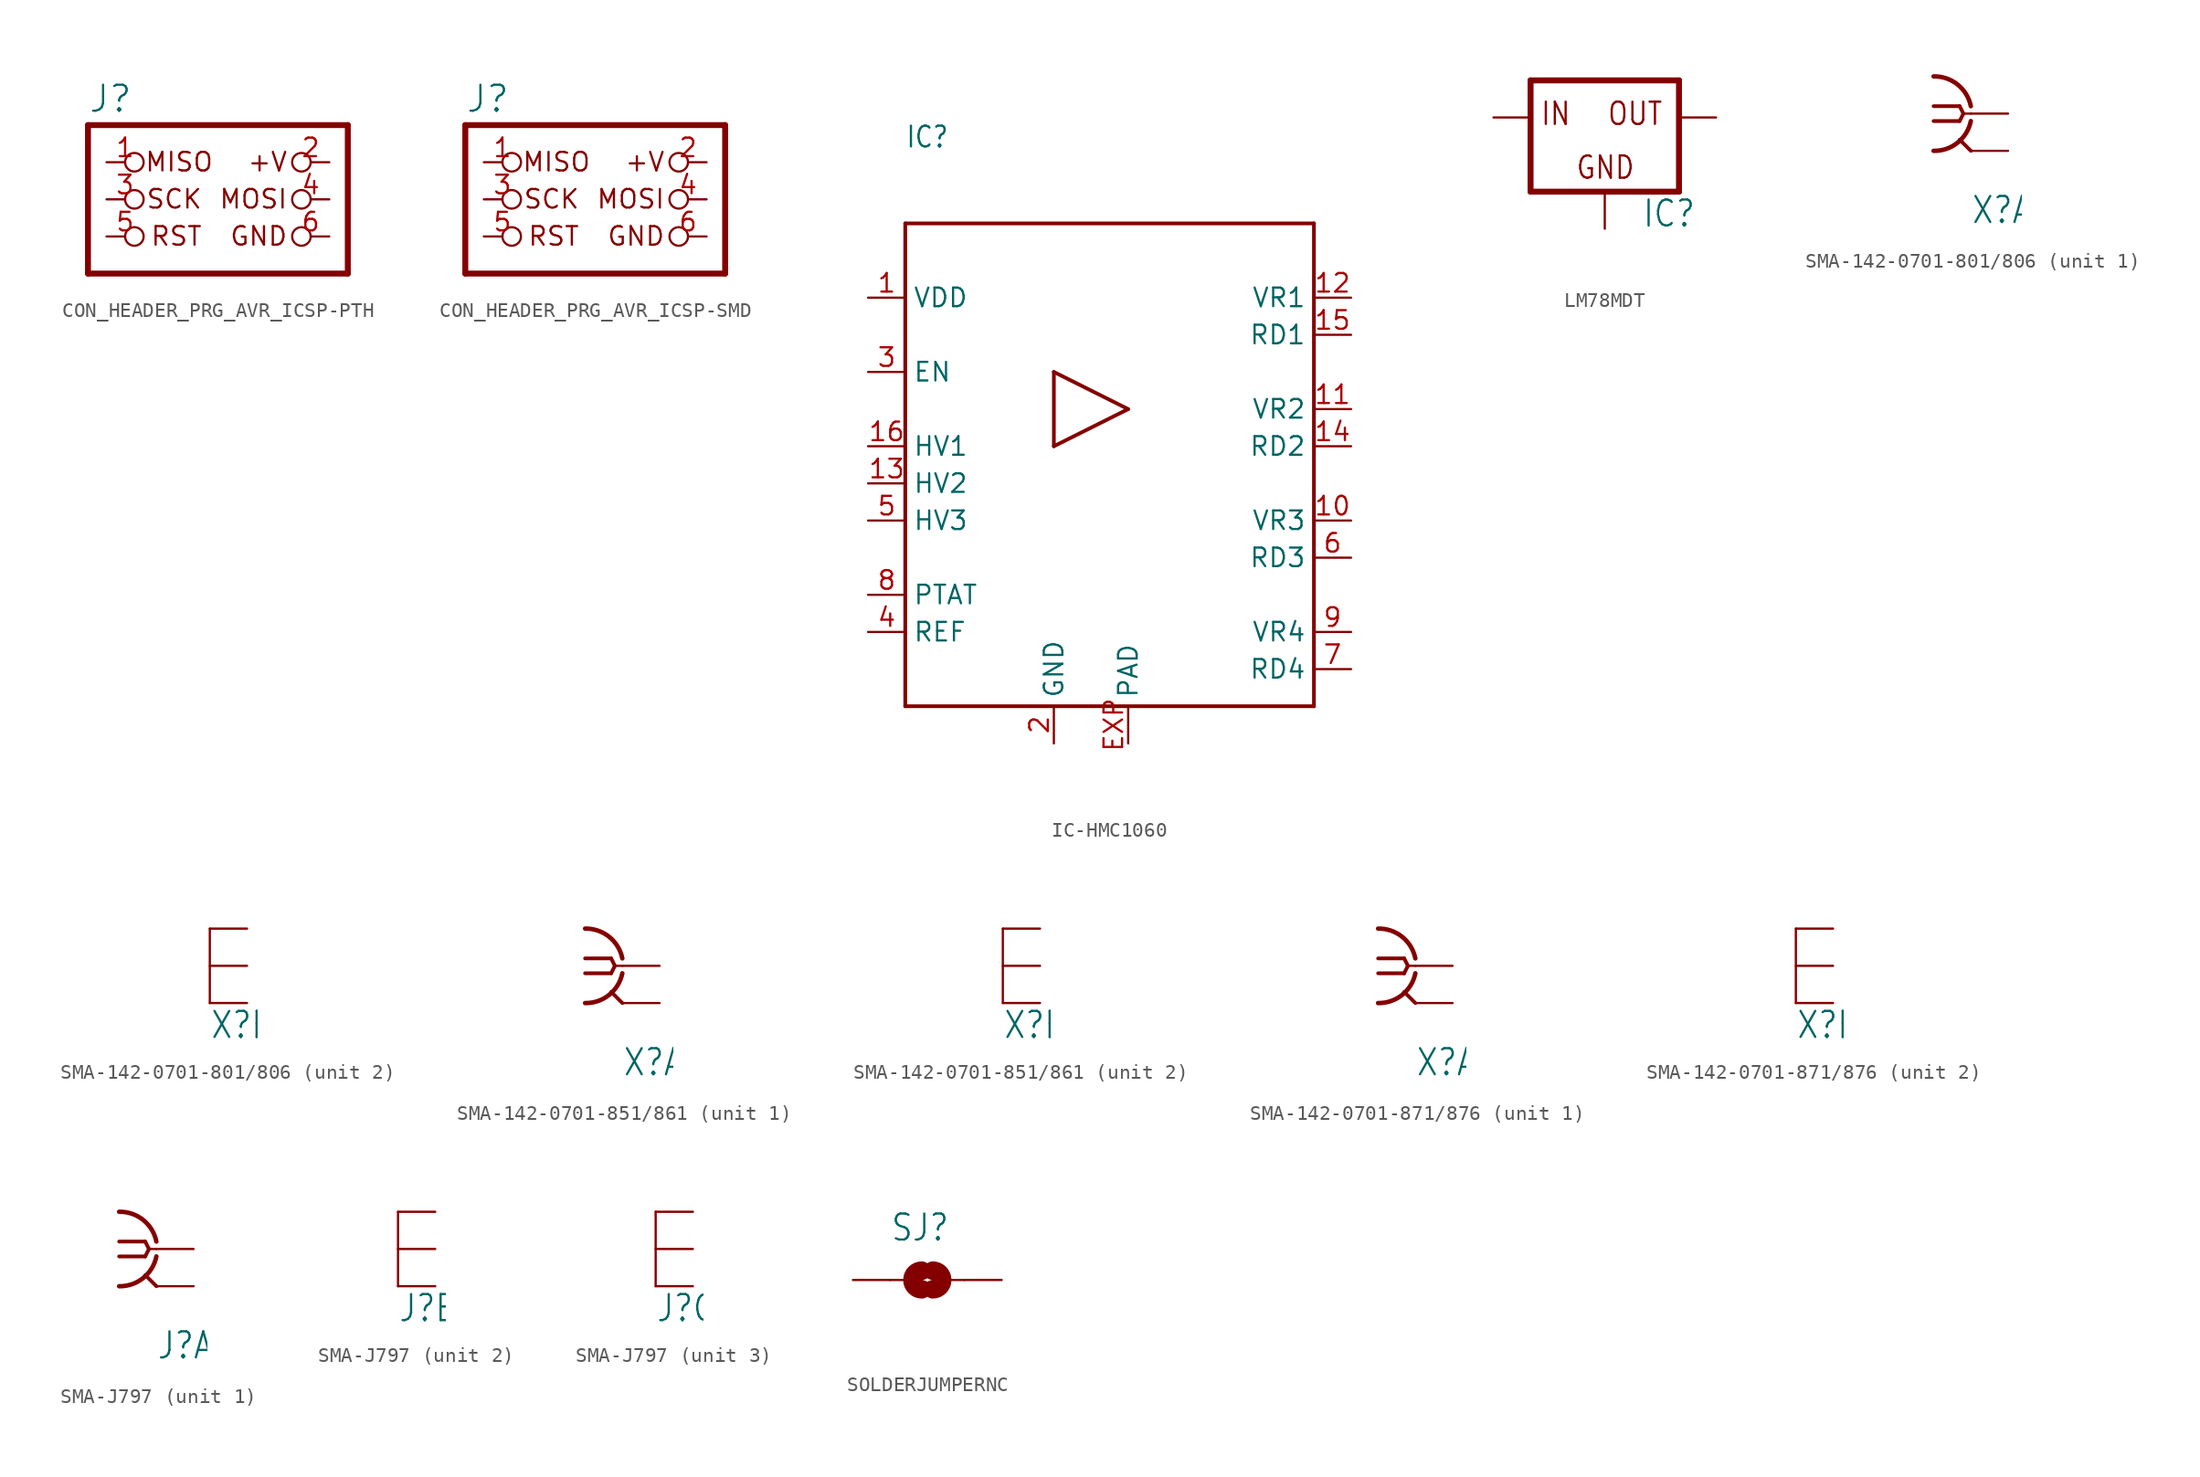
<source format=kicad_sym>
(kicad_symbol_lib
  (version 20220914)
  (generator kicad_symbol_editor)
  (symbol "CON_HEADER_PRG_AVR_ICSP-PTH"
    (property "Reference" "J"
      (at -8.89 5.842 0)
      (effects (font (size 1.778 1.778)) (justify left bottom)))
    (property "ki_locked" ""
      (at 0 0 0)
      (effects (font (size 1.27 1.27))))
    (symbol "CON_HEADER_PRG_AVR_ICSP-PTH_1_0"
      (polyline (pts (xy -8.89 -5.08) (xy -8.89 5.08)) (stroke (width 0.406) (type solid)) (fill (type none)))
      (polyline (pts (xy -8.89 5.08) (xy 8.89 5.08)) (stroke (width 0.406) (type solid)) (fill (type none)))
      (polyline (pts (xy 8.89 -5.08) (xy -8.89 -5.08)) (stroke (width 0.406) (type solid)) (fill (type none)))
      (polyline (pts (xy 8.89 5.08) (xy 8.89 -5.08)) (stroke (width 0.406) (type solid)) (fill (type none)))
      (text "+V" (at 4.826 3.302 0) (effects (font (size 1.27 1.27)) (justify right top)))
      (text "GND" (at 4.826 -1.778 0) (effects (font (size 1.27 1.27)) (justify right top)))
      (text "MISO" (at -0.254 3.302 0) (effects (font (size 1.27 1.27)) (justify right top)))
      (text "MOSI" (at 4.826 0.762 0) (effects (font (size 1.27 1.27)) (justify right top)))
      (text "RST" (at -1.016 -1.778 0) (effects (font (size 1.27 1.27)) (justify right top)))
      (text "SCK" (at -1.016 0.762 0) (effects (font (size 1.27 1.27)) (justify right top)))
      (pin passive inverted (at -7.62 2.54 0) (length 2.54) (name "MISO" (effects (font (size 0 0)))) (number "1" (effects (font (size 1.27 1.27)))))
      (pin passive inverted (at 7.62 2.54 180) (length 2.54) (name "+V" (effects (font (size 0 0)))) (number "2" (effects (font (size 1.27 1.27)))))
      (pin passive inverted (at -7.62 0 0) (length 2.54) (name "SCK" (effects (font (size 0 0)))) (number "3" (effects (font (size 1.27 1.27)))))
      (pin passive inverted (at 7.62 0 180) (length 2.54) (name "MOSI" (effects (font (size 0 0)))) (number "4" (effects (font (size 1.27 1.27)))))
      (pin passive inverted (at -7.62 -2.54 0) (length 2.54) (name "RST" (effects (font (size 0 0)))) (number "5" (effects (font (size 1.27 1.27)))))
      (pin passive inverted (at 7.62 -2.54 180) (length 2.54) (name "GND" (effects (font (size 0 0)))) (number "6" (effects (font (size 1.27 1.27)))))))
  (symbol "CON_HEADER_PRG_AVR_ICSP-SMD"
    (property "Reference" "J"
      (at -8.89 5.842 0)
      (effects (font (size 1.778 1.778)) (justify left bottom)))
    (property "ki_locked" ""
      (at 0 0 0)
      (effects (font (size 1.27 1.27))))
    (symbol "CON_HEADER_PRG_AVR_ICSP-SMD_1_0"
      (polyline (pts (xy -8.89 -5.08) (xy -8.89 5.08)) (stroke (width 0.406) (type solid)) (fill (type none)))
      (polyline (pts (xy -8.89 5.08) (xy 8.89 5.08)) (stroke (width 0.406) (type solid)) (fill (type none)))
      (polyline (pts (xy 8.89 -5.08) (xy -8.89 -5.08)) (stroke (width 0.406) (type solid)) (fill (type none)))
      (polyline (pts (xy 8.89 5.08) (xy 8.89 -5.08)) (stroke (width 0.406) (type solid)) (fill (type none)))
      (text "+V" (at 4.826 3.302 0) (effects (font (size 1.27 1.27)) (justify right top)))
      (text "GND" (at 4.826 -1.778 0) (effects (font (size 1.27 1.27)) (justify right top)))
      (text "MISO" (at -0.254 3.302 0) (effects (font (size 1.27 1.27)) (justify right top)))
      (text "MOSI" (at 4.826 0.762 0) (effects (font (size 1.27 1.27)) (justify right top)))
      (text "RST" (at -1.016 -1.778 0) (effects (font (size 1.27 1.27)) (justify right top)))
      (text "SCK" (at -1.016 0.762 0) (effects (font (size 1.27 1.27)) (justify right top)))
      (pin passive inverted (at -7.62 2.54 0) (length 2.54) (name "MISO" (effects (font (size 0 0)))) (number "1" (effects (font (size 1.27 1.27)))))
      (pin passive inverted (at 7.62 2.54 180) (length 2.54) (name "+V" (effects (font (size 0 0)))) (number "2" (effects (font (size 1.27 1.27)))))
      (pin passive inverted (at -7.62 0 0) (length 2.54) (name "SCK" (effects (font (size 0 0)))) (number "3" (effects (font (size 1.27 1.27)))))
      (pin passive inverted (at 7.62 0 180) (length 2.54) (name "MOSI" (effects (font (size 0 0)))) (number "4" (effects (font (size 1.27 1.27)))))
      (pin passive inverted (at -7.62 -2.54 0) (length 2.54) (name "RST" (effects (font (size 0 0)))) (number "5" (effects (font (size 1.27 1.27)))))
      (pin passive inverted (at 7.62 -2.54 180) (length 2.54) (name "GND" (effects (font (size 0 0)))) (number "6" (effects (font (size 1.27 1.27)))))))
  (symbol "IC-HMC1060"
    (property "Reference" "IC"
      (at -20.32 25.4 0)
      (effects (font (size 1.422 1.209)) (justify left bottom)))
    (property "Value" ""
      (at -20.32 22.86 0)
      (effects (font (size 1.422 1.209)) (justify left bottom)))
    (property "ki_locked" ""
      (at 0 0 0)
      (effects (font (size 1.27 1.27))))
    (symbol "IC-HMC1060_1_0"
      (polyline (pts (xy -20.32 -12.7) (xy -20.32 20.32)) (stroke (width 0.254) (type solid)) (fill (type none)))
      (polyline (pts (xy -20.32 20.32) (xy 7.62 20.32)) (stroke (width 0.254) (type solid)) (fill (type none)))
      (polyline (pts (xy -10.16 5.08) (xy -5.08 7.62)) (stroke (width 0.254) (type solid)) (fill (type none)))
      (polyline (pts (xy -10.16 10.16) (xy -10.16 5.08)) (stroke (width 0.254) (type solid)) (fill (type none)))
      (polyline (pts (xy -5.08 7.62) (xy -10.16 10.16)) (stroke (width 0.254) (type solid)) (fill (type none)))
      (polyline (pts (xy 7.62 -12.7) (xy -20.32 -12.7)) (stroke (width 0.254) (type solid)) (fill (type none)))
      (polyline (pts (xy 7.62 20.32) (xy 7.62 -12.7)) (stroke (width 0.254) (type solid)) (fill (type none)))
      (pin bidirectional line (at -22.86 15.24 0) (length 2.54) (name "VDD" (effects (font (size 1.27 1.27)))) (number "1" (effects (font (size 1.27 1.27)))))
      (pin bidirectional line (at 10.16 0 180) (length 2.54) (name "VR3" (effects (font (size 1.27 1.27)))) (number "10" (effects (font (size 1.27 1.27)))))
      (pin bidirectional line (at 10.16 7.62 180) (length 2.54) (name "VR2" (effects (font (size 1.27 1.27)))) (number "11" (effects (font (size 1.27 1.27)))))
      (pin bidirectional line (at 10.16 15.24 180) (length 2.54) (name "VR1" (effects (font (size 1.27 1.27)))) (number "12" (effects (font (size 1.27 1.27)))))
      (pin bidirectional line (at -22.86 2.54 0) (length 2.54) (name "HV2" (effects (font (size 1.27 1.27)))) (number "13" (effects (font (size 1.27 1.27)))))
      (pin bidirectional line (at 10.16 5.08 180) (length 2.54) (name "RD2" (effects (font (size 1.27 1.27)))) (number "14" (effects (font (size 1.27 1.27)))))
      (pin bidirectional line (at 10.16 12.7 180) (length 2.54) (name "RD1" (effects (font (size 1.27 1.27)))) (number "15" (effects (font (size 1.27 1.27)))))
      (pin bidirectional line (at -22.86 5.08 0) (length 2.54) (name "HV1" (effects (font (size 1.27 1.27)))) (number "16" (effects (font (size 1.27 1.27)))))
      (pin bidirectional line (at -10.16 -15.24 90) (length 2.54) (name "GND" (effects (font (size 1.27 1.27)))) (number "2" (effects (font (size 1.27 1.27)))))
      (pin bidirectional line (at -22.86 10.16 0) (length 2.54) (name "EN" (effects (font (size 1.27 1.27)))) (number "3" (effects (font (size 1.27 1.27)))))
      (pin bidirectional line (at -22.86 -7.62 0) (length 2.54) (name "REF" (effects (font (size 1.27 1.27)))) (number "4" (effects (font (size 1.27 1.27)))))
      (pin bidirectional line (at -22.86 0 0) (length 2.54) (name "HV3" (effects (font (size 1.27 1.27)))) (number "5" (effects (font (size 1.27 1.27)))))
      (pin bidirectional line (at 10.16 -2.54 180) (length 2.54) (name "RD3" (effects (font (size 1.27 1.27)))) (number "6" (effects (font (size 1.27 1.27)))))
      (pin bidirectional line (at 10.16 -10.16 180) (length 2.54) (name "RD4" (effects (font (size 1.27 1.27)))) (number "7" (effects (font (size 1.27 1.27)))))
      (pin bidirectional line (at -22.86 -5.08 0) (length 2.54) (name "PTAT" (effects (font (size 1.27 1.27)))) (number "8" (effects (font (size 1.27 1.27)))))
      (pin bidirectional line (at 10.16 -7.62 180) (length 2.54) (name "VR4" (effects (font (size 1.27 1.27)))) (number "9" (effects (font (size 1.27 1.27)))))
      (pin bidirectional line (at -5.08 -15.24 90) (length 2.54) (name "PAD" (effects (font (size 1.27 1.27)))) (number "EXP" (effects (font (size 1.27 1.27)))))))
  (symbol "LM78MDT"
    (property "Reference" "IC"
      (at 2.54 -7.62 0)
      (effects (font (size 1.778 1.511)) (justify left bottom)))
    (property "Value" ""
      (at 2.54 -10.16 0)
      (effects (font (size 1.778 1.511)) (justify left bottom)))
    (property "ki_locked" ""
      (at 0 0 0)
      (effects (font (size 1.27 1.27))))
    (symbol "LM78MDT_1_0"
      (polyline (pts (xy -5.08 -5.08) (xy 5.08 -5.08)) (stroke (width 0.406) (type solid)) (fill (type none)))
      (polyline (pts (xy -5.08 2.54) (xy -5.08 -5.08)) (stroke (width 0.406) (type solid)) (fill (type none)))
      (polyline (pts (xy 5.08 -5.08) (xy 5.08 2.54)) (stroke (width 0.406) (type solid)) (fill (type none)))
      (polyline (pts (xy 5.08 2.54) (xy -5.08 2.54)) (stroke (width 0.406) (type solid)) (fill (type none)))
      (text "GND" (at -2.032 -4.318 0) (effects (font (size 1.524 1.295)) (justify left bottom)))
      (text "IN" (at -4.445 -0.635 0) (effects (font (size 1.524 1.295)) (justify left bottom)))
      (text "OUT" (at 0.127 -0.635 0) (effects (font (size 1.524 1.295)) (justify left bottom)))
      (pin input line (at -7.62 0 0) (length 2.54) (name "IN" (effects (font (size 0 0)))) (number "1" (effects (font (size 0 0)))))
      (pin passive line (at 7.62 0 180) (length 2.54) (name "OUT" (effects (font (size 0 0)))) (number "3" (effects (font (size 0 0)))))
      (pin input line (at 0 -7.62 90) (length 2.54) (name "GND" (effects (font (size 0 0)))) (number "4" (effects (font (size 0 0)))))))
  (symbol "SMA-142-0701-801/806"
    (property "Reference" "X"
      (at 0 -7.62 0)
      (effects (font (size 1.778 1.511)) (justify left bottom)))
    (property "ki_locked" ""
      (at 0 0 0)
      (effects (font (size 1.27 1.27))))
    (symbol "SMA-142-0701-801/806_1_0"
      (arc (start -2.54 -2.54) (mid -0.9022 -1.9838) (end 0 -0.508) (stroke (width 0.3048) (type solid)) (fill (type none)))
      (polyline (pts (xy -2.54 0.508) (xy -0.762 0.508)) (stroke (width 0.254) (type solid)) (fill (type none)))
      (polyline (pts (xy -0.762 -0.508) (xy -2.54 -0.508)) (stroke (width 0.254) (type solid)) (fill (type none)))
      (polyline (pts (xy -0.762 0.508) (xy -0.508 0)) (stroke (width 0.254) (type solid)) (fill (type none)))
      (polyline (pts (xy -0.508 0) (xy -0.762 -0.508)) (stroke (width 0.254) (type solid)) (fill (type none)))
      (polyline (pts (xy 0 -2.54) (xy -0.762 -1.778)) (stroke (width 0.254) (type solid)) (fill (type none)))
      (polyline (pts (xy 0 0) (xy -0.508 0)) (stroke (width 0.152) (type solid)) (fill (type none)))
      (arc (start 0 0.508) (mid -0.9022 1.9838) (end -2.54 2.54) (stroke (width 0.3048) (type solid)) (fill (type none)))
      (pin passive line (at 2.54 0 180) (length 2.54) (name "1" (effects (font (size 0 0)))) (number "1" (effects (font (size 0 0)))))
      (pin power_in line (at 2.54 -2.54 180) (length 2.54) (name "GND" (effects (font (size 0 0)))) (number "G@1" (effects (font (size 0 0))))))
    (symbol "SMA-142-0701-801/806_2_0"
      (polyline (pts (xy 0 0) (xy 0 -5.08)) (stroke (width 0.152) (type solid)) (fill (type none)))
      (pin power_in line (at 2.54 0 180) (length 2.54) (name "GND@1" (effects (font (size 0 0)))) (number "G@2" (effects (font (size 0 0)))))
      (pin power_in line (at 2.54 -2.54 180) (length 2.54) (name "GND@2" (effects (font (size 0 0)))) (number "G@3" (effects (font (size 0 0)))))
      (pin power_in line (at 2.54 -5.08 180) (length 2.54) (name "GND@3" (effects (font (size 0 0)))) (number "G@4" (effects (font (size 0 0)))))))
  (symbol "SMA-142-0701-851/861"
    (property "Reference" "X"
      (at 0 -7.62 0)
      (effects (font (size 1.778 1.511)) (justify left bottom)))
    (property "ki_locked" ""
      (at 0 0 0)
      (effects (font (size 1.27 1.27))))
    (symbol "SMA-142-0701-851/861_1_0"
      (arc (start -2.54 -2.54) (mid -0.9022 -1.9838) (end 0 -0.508) (stroke (width 0.3048) (type solid)) (fill (type none)))
      (polyline (pts (xy -2.54 0.508) (xy -0.762 0.508)) (stroke (width 0.254) (type solid)) (fill (type none)))
      (polyline (pts (xy -0.762 -0.508) (xy -2.54 -0.508)) (stroke (width 0.254) (type solid)) (fill (type none)))
      (polyline (pts (xy -0.762 0.508) (xy -0.508 0)) (stroke (width 0.254) (type solid)) (fill (type none)))
      (polyline (pts (xy -0.508 0) (xy -0.762 -0.508)) (stroke (width 0.254) (type solid)) (fill (type none)))
      (polyline (pts (xy 0 -2.54) (xy -0.762 -1.778)) (stroke (width 0.254) (type solid)) (fill (type none)))
      (polyline (pts (xy 0 0) (xy -0.508 0)) (stroke (width 0.152) (type solid)) (fill (type none)))
      (arc (start 0 0.508) (mid -0.9022 1.9838) (end -2.54 2.54) (stroke (width 0.3048) (type solid)) (fill (type none)))
      (pin passive line (at 2.54 0 180) (length 2.54) (name "1" (effects (font (size 0 0)))) (number "1" (effects (font (size 0 0)))))
      (pin power_in line (at 2.54 -2.54 180) (length 2.54) (name "GND" (effects (font (size 0 0)))) (number "G@1" (effects (font (size 0 0))))))
    (symbol "SMA-142-0701-851/861_2_0"
      (polyline (pts (xy 0 0) (xy 0 -5.08)) (stroke (width 0.152) (type solid)) (fill (type none)))
      (pin power_in line (at 2.54 0 180) (length 2.54) (name "GND@1" (effects (font (size 0 0)))) (number "G@2" (effects (font (size 0 0)))))
      (pin power_in line (at 2.54 -2.54 180) (length 2.54) (name "GND@2" (effects (font (size 0 0)))) (number "G@3" (effects (font (size 0 0)))))
      (pin power_in line (at 2.54 -5.08 180) (length 2.54) (name "GND@3" (effects (font (size 0 0)))) (number "G@4" (effects (font (size 0 0)))))))
  (symbol "SMA-142-0701-871/876"
    (property "Reference" "X"
      (at 0 -7.62 0)
      (effects (font (size 1.778 1.511)) (justify left bottom)))
    (property "ki_locked" ""
      (at 0 0 0)
      (effects (font (size 1.27 1.27))))
    (symbol "SMA-142-0701-871/876_1_0"
      (arc (start -2.54 -2.54) (mid -0.9022 -1.9838) (end 0 -0.508) (stroke (width 0.3048) (type solid)) (fill (type none)))
      (polyline (pts (xy -2.54 0.508) (xy -0.762 0.508)) (stroke (width 0.254) (type solid)) (fill (type none)))
      (polyline (pts (xy -0.762 -0.508) (xy -2.54 -0.508)) (stroke (width 0.254) (type solid)) (fill (type none)))
      (polyline (pts (xy -0.762 0.508) (xy -0.508 0)) (stroke (width 0.254) (type solid)) (fill (type none)))
      (polyline (pts (xy -0.508 0) (xy -0.762 -0.508)) (stroke (width 0.254) (type solid)) (fill (type none)))
      (polyline (pts (xy 0 -2.54) (xy -0.762 -1.778)) (stroke (width 0.254) (type solid)) (fill (type none)))
      (polyline (pts (xy 0 0) (xy -0.508 0)) (stroke (width 0.152) (type solid)) (fill (type none)))
      (arc (start 0 0.508) (mid -0.9022 1.9838) (end -2.54 2.54) (stroke (width 0.3048) (type solid)) (fill (type none)))
      (pin passive line (at 2.54 0 180) (length 2.54) (name "1" (effects (font (size 0 0)))) (number "1" (effects (font (size 0 0)))))
      (pin power_in line (at 2.54 -2.54 180) (length 2.54) (name "GND" (effects (font (size 0 0)))) (number "G@1" (effects (font (size 0 0))))))
    (symbol "SMA-142-0701-871/876_2_0"
      (polyline (pts (xy 0 0) (xy 0 -5.08)) (stroke (width 0.152) (type solid)) (fill (type none)))
      (pin power_in line (at 2.54 0 180) (length 2.54) (name "GND@1" (effects (font (size 0 0)))) (number "G@2" (effects (font (size 0 0)))))
      (pin power_in line (at 2.54 -2.54 180) (length 2.54) (name "GND@2" (effects (font (size 0 0)))) (number "G@3" (effects (font (size 0 0)))))
      (pin power_in line (at 2.54 -5.08 180) (length 2.54) (name "GND@3" (effects (font (size 0 0)))) (number "G@4" (effects (font (size 0 0)))))))
  (symbol "SMA-J797"
    (property "Reference" "J"
      (at 0 -7.62 0)
      (effects (font (size 1.778 1.511)) (justify left bottom)))
    (property "ki_locked" ""
      (at 0 0 0)
      (effects (font (size 1.27 1.27))))
    (symbol "SMA-J797_1_0"
      (arc (start -2.54 -2.54) (mid -0.9022 -1.9838) (end 0 -0.508) (stroke (width 0.3048) (type solid)) (fill (type none)))
      (polyline (pts (xy -2.54 0.508) (xy -0.762 0.508)) (stroke (width 0.254) (type solid)) (fill (type none)))
      (polyline (pts (xy -0.762 -0.508) (xy -2.54 -0.508)) (stroke (width 0.254) (type solid)) (fill (type none)))
      (polyline (pts (xy -0.762 0.508) (xy -0.508 0)) (stroke (width 0.254) (type solid)) (fill (type none)))
      (polyline (pts (xy -0.508 0) (xy -0.762 -0.508)) (stroke (width 0.254) (type solid)) (fill (type none)))
      (polyline (pts (xy 0 -2.54) (xy -0.762 -1.778)) (stroke (width 0.254) (type solid)) (fill (type none)))
      (polyline (pts (xy 0 0) (xy -0.508 0)) (stroke (width 0.152) (type solid)) (fill (type none)))
      (arc (start 0 0.508) (mid -0.9022 1.9838) (end -2.54 2.54) (stroke (width 0.3048) (type solid)) (fill (type none)))
      (pin power_in line (at 2.54 -2.54 180) (length 2.54) (name "GND" (effects (font (size 0 0)))) (number "GND@1" (effects (font (size 0 0)))))
      (pin passive line (at 2.54 0 180) (length 2.54) (name "1" (effects (font (size 0 0)))) (number "PIN" (effects (font (size 0 0))))))
    (symbol "SMA-J797_2_0"
      (polyline (pts (xy 0 0) (xy 0 -5.08)) (stroke (width 0.152) (type solid)) (fill (type none)))
      (pin power_in line (at 2.54 0 180) (length 2.54) (name "GND@1" (effects (font (size 0 0)))) (number "GND@2" (effects (font (size 0 0)))))
      (pin power_in line (at 2.54 -2.54 180) (length 2.54) (name "GND@2" (effects (font (size 0 0)))) (number "GND@3" (effects (font (size 0 0)))))
      (pin power_in line (at 2.54 -5.08 180) (length 2.54) (name "GND@3" (effects (font (size 0 0)))) (number "GND@4" (effects (font (size 0 0))))))
    (symbol "SMA-J797_3_0"
      (polyline (pts (xy 0 0) (xy 0 -5.08)) (stroke (width 0.152) (type solid)) (fill (type none)))
      (pin power_in line (at 2.54 0 180) (length 2.54) (name "GND@1" (effects (font (size 0 0)))) (number "GND@5" (effects (font (size 0 0)))))
      (pin power_in line (at 2.54 -2.54 180) (length 2.54) (name "GND@2" (effects (font (size 0 0)))) (number "GND@6" (effects (font (size 0 0)))))
      (pin power_in line (at 2.54 -5.08 180) (length 2.54) (name "GND@3" (effects (font (size 0 0)))) (number "GND@7" (effects (font (size 0 0)))))))
  (symbol "SOLDERJUMPERNC"
    (property "Reference" "SJ"
      (at -2.54 2.54 0)
      (effects (font (size 1.778 1.511)) (justify left bottom)))
    (property "Value" ""
      (at -2.54 -5.08 0)
      (effects (font (size 1.778 1.511)) (justify left bottom)))
    (property "ki_locked" ""
      (at 0 0 0)
      (effects (font (size 1.27 1.27))))
    (symbol "SOLDERJUMPERNC_1_0"
      (arc (start -0.3808 0.635) (mid -1.0159 0.0001) (end -0.381 -0.635) (stroke (width 1.27) (type solid)) (fill (type none)))
      (polyline (pts (xy -2.54 0) (xy -1.651 0)) (stroke (width 0.152) (type solid)) (fill (type none)))
      (polyline (pts (xy 2.54 0) (xy 1.651 0)) (stroke (width 0.152) (type solid)) (fill (type none)))
      (arc (start 0.3808 -0.635) (mid 1.0159 -0.0001) (end 0.381 0.635) (stroke (width 1.27) (type solid)) (fill (type none)))
      (pin passive line (at -5.08 0 0) (length 2.54) (name "1" (effects (font (size 0 0)))) (number "1" (effects (font (size 0 0)))))
      (pin passive line (at 5.08 0 180) (length 2.54) (name "2" (effects (font (size 0 0)))) (number "2" (effects (font (size 0 0))))))))
</source>
